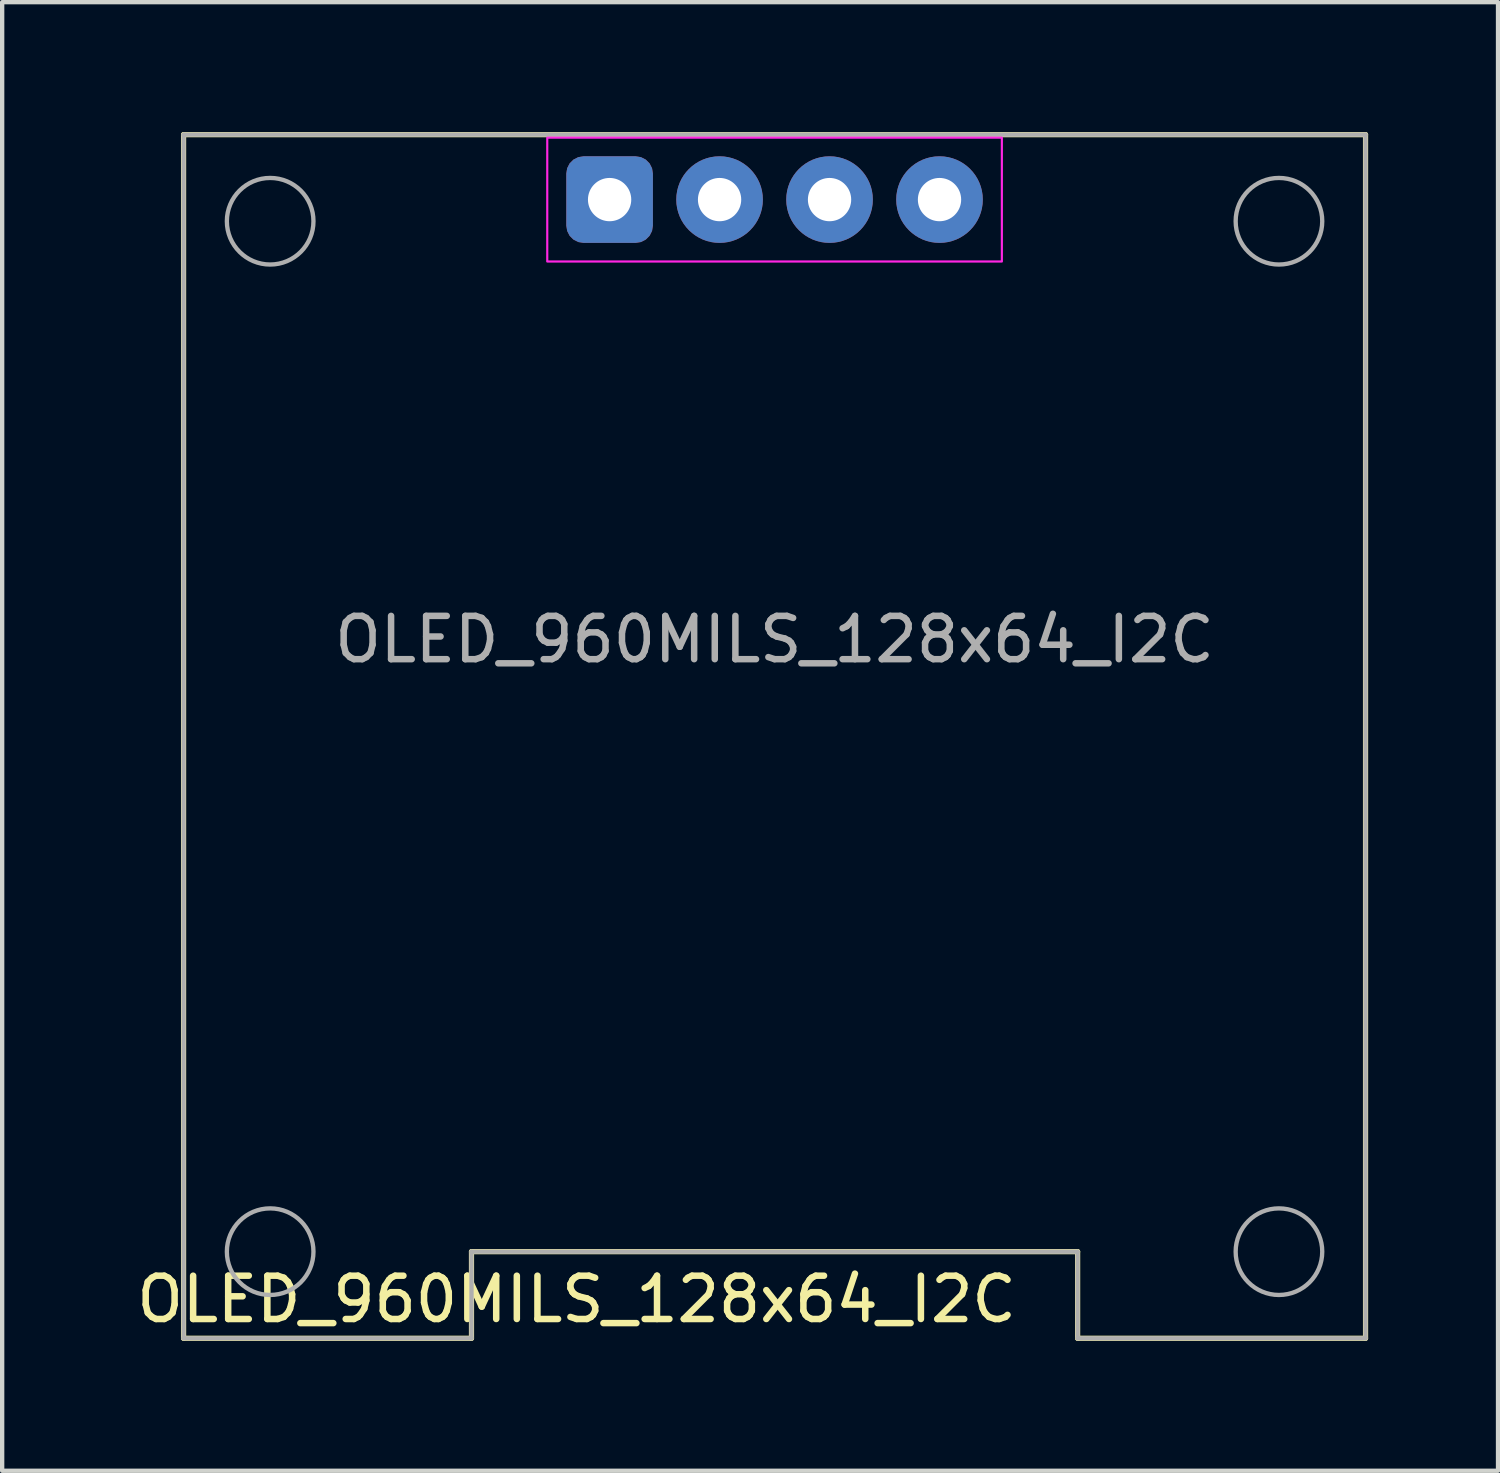
<source format=kicad_pcb>
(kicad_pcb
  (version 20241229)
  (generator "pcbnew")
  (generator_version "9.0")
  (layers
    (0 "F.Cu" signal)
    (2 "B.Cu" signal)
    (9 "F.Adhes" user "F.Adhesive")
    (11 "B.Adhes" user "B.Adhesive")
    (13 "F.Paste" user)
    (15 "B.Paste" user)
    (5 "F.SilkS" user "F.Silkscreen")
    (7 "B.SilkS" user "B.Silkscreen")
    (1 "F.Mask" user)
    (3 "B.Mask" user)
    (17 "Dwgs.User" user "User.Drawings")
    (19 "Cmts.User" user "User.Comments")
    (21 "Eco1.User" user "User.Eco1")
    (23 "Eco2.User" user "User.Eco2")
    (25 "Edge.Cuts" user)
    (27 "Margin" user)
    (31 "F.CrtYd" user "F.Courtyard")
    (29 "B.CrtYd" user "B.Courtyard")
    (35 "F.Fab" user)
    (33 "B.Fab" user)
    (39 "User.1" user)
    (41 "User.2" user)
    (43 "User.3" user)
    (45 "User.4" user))
  (footprint "OLED_960MILS_128x64_I2C"
    (layer "F.Cu")
    (at 11.03 1.56)
    (property "Reference" "OLED_960MILS_128x64_I2C" (at -0.762 25.4 0) (unlocked yes) (layer "F.SilkS") (effects (font (size 1 1) (thickness 0.15))))
    (attr through_hole exclude_from_pos_files)
    (fp_line (start -9.84 -1.5) (end 17.46 -1.5) (stroke (width 0.12) (type solid)) (layer "F.SilkS"))
    (fp_line (start -9.84 26.3) (end -9.84 -1.5) (stroke (width 0.12) (type solid)) (layer "F.SilkS"))
    (fp_line (start -9.84 26.3) (end -3.19 26.3) (stroke (width 0.12) (type solid)) (layer "F.SilkS"))
    (fp_line (start -3.19 24.3) (end -3.19 26.3) (stroke (width 0.12) (type solid)) (layer "F.SilkS"))
    (fp_line (start 10.81 24.3) (end -3.19 24.3) (stroke (width 0.12) (type solid)) (layer "F.SilkS"))
    (fp_line (start 10.81 24.3) (end 10.81 26.3) (stroke (width 0.12) (type solid)) (layer "F.SilkS"))
    (fp_line (start 17.46 26.3) (end 10.81 26.3) (stroke (width 0.12) (type solid)) (layer "F.SilkS"))
    (fp_line (start 17.46 26.3) (end 17.46 -1.5) (stroke (width 0.12) (type solid)) (layer "F.SilkS"))
    (fp_rect (start -1.44 -1.43) (end 9.06 1.43) (stroke (width 0.05) (type solid)) (fill no) (layer "F.CrtYd"))
    (fp_line (start -9.84 -1.5) (end 17.46 -1.5) (stroke (width 0.1) (type solid)) (layer "F.Fab"))
    (fp_line (start -9.84 26.3) (end -9.84 -1.5) (stroke (width 0.1) (type solid)) (layer "F.Fab"))
    (fp_line (start -9.84 26.3) (end -3.19 26.3) (stroke (width 0.1) (type solid)) (layer "F.Fab"))
    (fp_line (start -3.19 24.3) (end -3.19 26.3) (stroke (width 0.1) (type solid)) (layer "F.Fab"))
    (fp_line (start 10.81 24.3) (end -3.19 24.3) (stroke (width 0.1) (type solid)) (layer "F.Fab"))
    (fp_line (start 10.81 24.3) (end 10.81 26.3) (stroke (width 0.1) (type solid)) (layer "F.Fab"))
    (fp_line (start 17.46 26.3) (end 10.81 26.3) (stroke (width 0.1) (type solid)) (layer "F.Fab"))
    (fp_line (start 17.46 26.3) (end 17.46 -1.5) (stroke (width 0.1) (type solid)) (layer "F.Fab"))
    (fp_circle (center -7.84 0.5) (end -6.84 0.5) (stroke (width 0.1) (type solid)) (fill no) (layer "F.Fab"))
    (fp_circle (center -7.84 24.3) (end -6.84 24.3) (stroke (width 0.1) (type solid)) (fill no) (layer "F.Fab"))
    (fp_circle (center 15.46 0.5) (end 16.46 0.5) (stroke (width 0.1) (type solid)) (fill no) (layer "F.Fab"))
    (fp_circle (center 15.46 24.3) (end 16.46 24.3) (stroke (width 0.1) (type solid)) (fill no) (layer "F.Fab"))
    (fp_text user "${REFERENCE}" (at 3.81 10.16 0) (unlocked yes) (layer "F.Fab") (effects (font (size 1 1) (thickness 0.15))))
    (pad "1" thru_hole roundrect (at 0 0) (size 2 2) (drill 1) (layers "*.Cu" "*.Mask") (roundrect_rratio 0.2))
    (pad "2" thru_hole circle (at 2.54 0) (size 2 2) (drill 1) (layers "*.Cu" "*.Mask"))
    (pad "3" thru_hole circle (at 5.08 0) (size 2 2) (drill 1) (layers "*.Cu" "*.Mask"))
    (pad "4" thru_hole circle (at 7.62 0) (size 2 2) (drill 1) (layers "*.Cu" "*.Mask")))
  (gr_rect
    (start -3 -3)
    (end 31.55 30.92)
    (stroke (width 0.1) (type default))
    (fill no)
    (layer "Edge.Cuts")))
</source>
